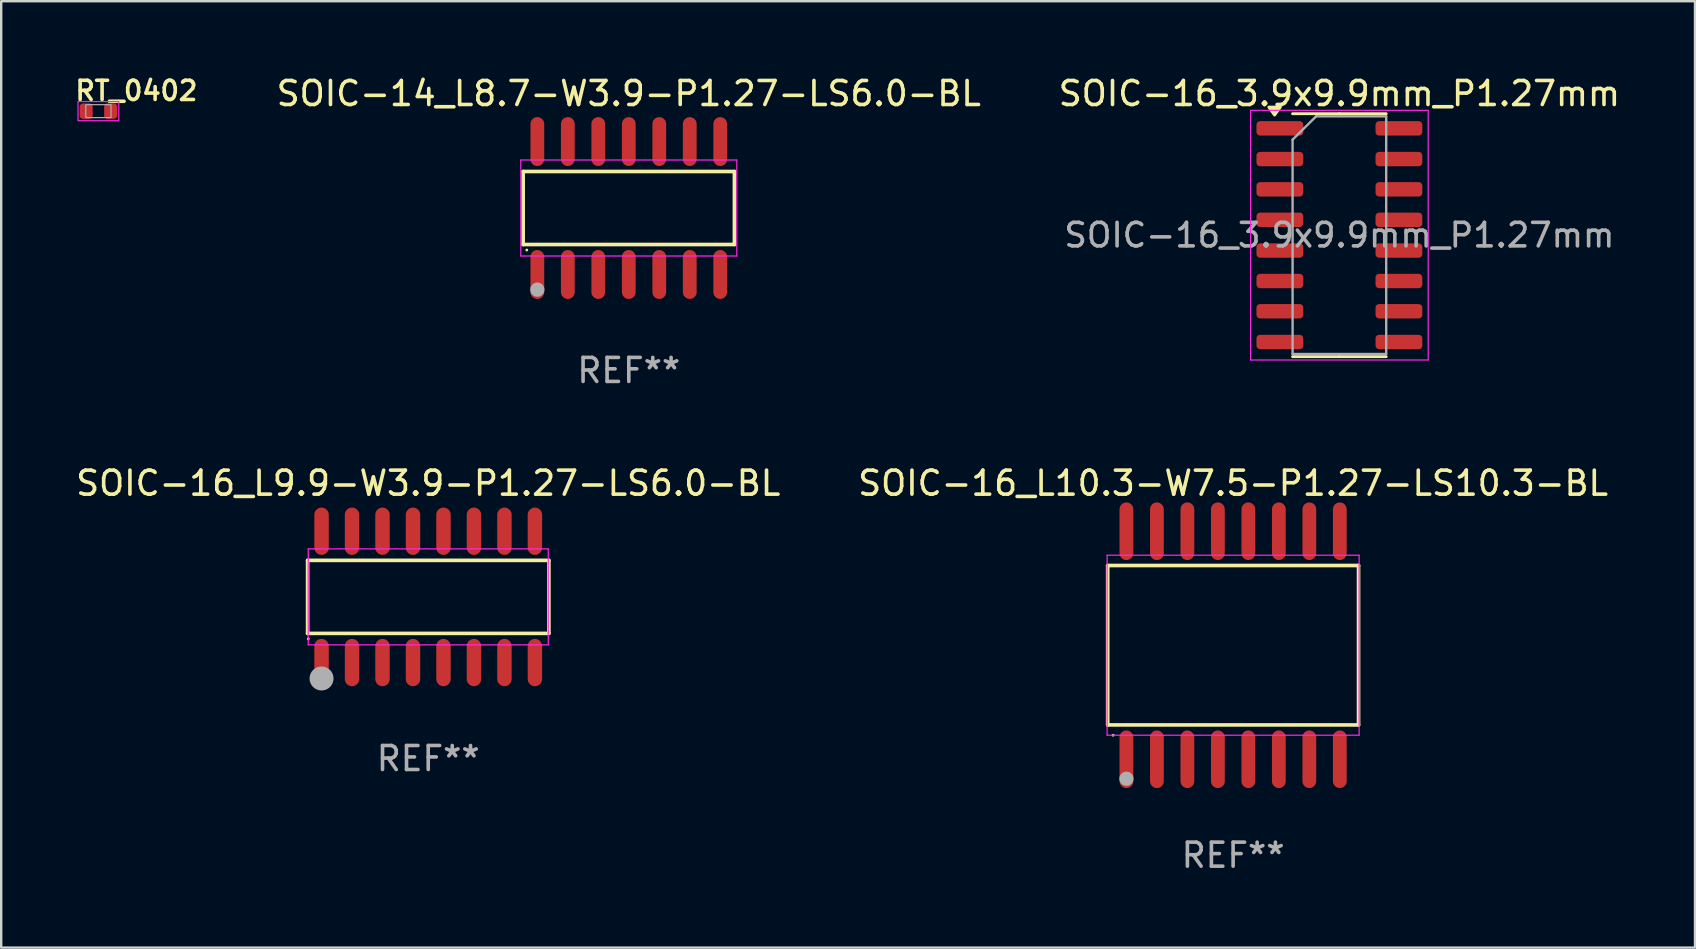
<source format=kicad_pcb>
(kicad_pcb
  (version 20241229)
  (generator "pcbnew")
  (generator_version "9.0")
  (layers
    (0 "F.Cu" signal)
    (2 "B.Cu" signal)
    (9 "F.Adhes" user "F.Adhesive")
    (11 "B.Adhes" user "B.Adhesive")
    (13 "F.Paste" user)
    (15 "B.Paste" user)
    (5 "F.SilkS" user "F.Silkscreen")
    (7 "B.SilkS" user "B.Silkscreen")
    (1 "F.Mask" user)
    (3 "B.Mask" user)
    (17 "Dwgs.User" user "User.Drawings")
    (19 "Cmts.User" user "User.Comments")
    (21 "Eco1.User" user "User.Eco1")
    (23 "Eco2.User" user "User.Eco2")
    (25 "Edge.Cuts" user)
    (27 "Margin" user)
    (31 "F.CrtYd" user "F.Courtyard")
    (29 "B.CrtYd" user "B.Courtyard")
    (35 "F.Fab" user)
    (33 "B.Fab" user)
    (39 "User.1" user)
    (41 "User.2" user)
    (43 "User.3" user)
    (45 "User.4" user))
  (footprint "SOIC-16_3.9x9.9mm_P1.27mm"
    (layer "F.Cu")
    (at 52.755 6.748)
    (property "Reference" "SOIC-16_3.9x9.9mm_P1.27mm" (at 0 -5.9 0) (layer "F.SilkS") (effects (font (size 1 1) (thickness 0.15))))
    (attr smd)
    (fp_line (start 0 -5.06) (end -1.95 -5.06) (stroke (width 0.12) (type solid)) (layer "F.SilkS"))
    (fp_line (start 0 -5.06) (end 1.95 -5.06) (stroke (width 0.12) (type solid)) (layer "F.SilkS"))
    (fp_line (start 0 5.06) (end -1.95 5.06) (stroke (width 0.12) (type solid)) (layer "F.SilkS"))
    (fp_line (start 0 5.06) (end 1.95 5.06) (stroke (width 0.12) (type solid)) (layer "F.SilkS"))
    (fp_poly (pts (xy -2.7 -5.005) (xy -2.94 -5.335) (xy -2.46 -5.335) (xy -2.7 -5.005)) (stroke (width 0.12) (type solid)) (fill yes) (layer "F.SilkS"))
    (fp_line (start -3.7 -5.2) (end -3.7 5.2) (stroke (width 0.05) (type solid)) (layer "F.CrtYd"))
    (fp_line (start -3.7 5.2) (end 3.7 5.2) (stroke (width 0.05) (type solid)) (layer "F.CrtYd"))
    (fp_line (start 3.7 -5.2) (end -3.7 -5.2) (stroke (width 0.05) (type solid)) (layer "F.CrtYd"))
    (fp_line (start 3.7 5.2) (end 3.7 -5.2) (stroke (width 0.05) (type solid)) (layer "F.CrtYd"))
    (fp_line (start -1.95 -3.98) (end -0.97 -4.95) (stroke (width 0.1) (type solid)) (layer "F.Fab"))
    (fp_line (start -1.95 4.95) (end -1.95 -3.98) (stroke (width 0.1) (type solid)) (layer "F.Fab"))
    (fp_line (start -0.97 -4.95) (end 1.95 -4.95) (stroke (width 0.1) (type solid)) (layer "F.Fab"))
    (fp_line (start 1.95 -4.95) (end 1.95 4.95) (stroke (width 0.1) (type solid)) (layer "F.Fab"))
    (fp_line (start 1.95 4.95) (end -1.95 4.95) (stroke (width 0.1) (type solid)) (layer "F.Fab"))
    (fp_text user "${REFERENCE}" (at 0 0 0) (layer "F.Fab") (effects (font (size 0.98 0.98) (thickness 0.15))))
    (pad "1" smd roundrect (at -2.48 -4.45) (size 1.95 0.6) (layers "F.Cu" "F.Mask" "F.Paste") (roundrect_rratio 0.25))
    (pad "2" smd roundrect (at -2.48 -3.17) (size 1.95 0.6) (layers "F.Cu" "F.Mask" "F.Paste") (roundrect_rratio 0.25))
    (pad "3" smd roundrect (at -2.48 -1.91) (size 1.95 0.6) (layers "F.Cu" "F.Mask" "F.Paste") (roundrect_rratio 0.25))
    (pad "4" smd roundrect (at -2.48 -0.64) (size 1.95 0.6) (layers "F.Cu" "F.Mask" "F.Paste") (roundrect_rratio 0.25))
    (pad "5" smd roundrect (at -2.48 0.64) (size 1.95 0.6) (layers "F.Cu" "F.Mask" "F.Paste") (roundrect_rratio 0.25))
    (pad "6" smd roundrect (at -2.48 1.91) (size 1.95 0.6) (layers "F.Cu" "F.Mask" "F.Paste") (roundrect_rratio 0.25))
    (pad "7" smd roundrect (at -2.48 3.17) (size 1.95 0.6) (layers "F.Cu" "F.Mask" "F.Paste") (roundrect_rratio 0.25))
    (pad "8" smd roundrect (at -2.48 4.45) (size 1.95 0.6) (layers "F.Cu" "F.Mask" "F.Paste") (roundrect_rratio 0.25))
    (pad "9" smd roundrect (at 2.48 4.45) (size 1.95 0.6) (layers "F.Cu" "F.Mask" "F.Paste") (roundrect_rratio 0.25))
    (pad "10" smd roundrect (at 2.48 3.17) (size 1.95 0.6) (layers "F.Cu" "F.Mask" "F.Paste") (roundrect_rratio 0.25))
    (pad "11" smd roundrect (at 2.48 1.91) (size 1.95 0.6) (layers "F.Cu" "F.Mask" "F.Paste") (roundrect_rratio 0.25))
    (pad "12" smd roundrect (at 2.48 0.64) (size 1.95 0.6) (layers "F.Cu" "F.Mask" "F.Paste") (roundrect_rratio 0.25))
    (pad "13" smd roundrect (at 2.48 -0.64) (size 1.95 0.6) (layers "F.Cu" "F.Mask" "F.Paste") (roundrect_rratio 0.25))
    (pad "14" smd roundrect (at 2.48 -1.91) (size 1.95 0.6) (layers "F.Cu" "F.Mask" "F.Paste") (roundrect_rratio 0.25))
    (pad "15" smd roundrect (at 2.48 -3.17) (size 1.95 0.6) (layers "F.Cu" "F.Mask" "F.Paste") (roundrect_rratio 0.25))
    (pad "16" smd roundrect (at 2.48 -4.45) (size 1.95 0.6) (layers "F.Cu" "F.Mask" "F.Paste") (roundrect_rratio 0.25)))
  (footprint "SOIC-16_L9.9-W3.9-P1.27-LS6.0-BL"
    (layer "F.Cu")
    (at 14.792 21.819)
    (property "Reference" "SOIC-16_L9.9-W3.9-P1.27-LS6.0-BL" (at 0 -4.736 0) (layer "F.SilkS") (effects (font (size 1 1) (thickness 0.15))))
    (attr smd)
    (fp_line (start -5.026 -1.521) (end 5.026 -1.521) (stroke (width 0.152) (type solid)) (layer "F.SilkS"))
    (fp_line (start -5.026 1.521) (end -5.026 -1.521) (stroke (width 0.152) (type solid)) (layer "F.SilkS"))
    (fp_line (start 5.026 -1.521) (end 5.026 1.521) (stroke (width 0.152) (type solid)) (layer "F.SilkS"))
    (fp_line (start 5.026 1.521) (end -5.026 1.521) (stroke (width 0.152) (type solid)) (layer "F.SilkS"))
    (fp_circle (center -5 1.75) (end -4.97 1.75) (stroke (width 0.06) (type solid)) (fill no) (layer "F.SilkS"))
    (fp_line (start -5 -2) (end 5 -2) (stroke (width 0.05) (type default)) (layer "F.CrtYd"))
    (fp_line (start -5 2) (end -5 -2) (stroke (width 0.05) (type default)) (layer "F.CrtYd"))
    (fp_line (start 5 -2) (end 5 2) (stroke (width 0.05) (type default)) (layer "F.CrtYd"))
    (fp_line (start 5 2) (end -5 2) (stroke (width 0.05) (type default)) (layer "F.CrtYd"))
    (fp_circle (center -4.445 3.4) (end -4.195 3.4) (stroke (width 0.5) (type solid)) (fill no) (layer "F.Fab"))
    (fp_text user "REF**" (at 0 6.736 0) (layer "F.Fab") (effects (font (size 1 1) (thickness 0.15))))
    (pad "1" smd oval (at -4.445 2.736) (size 0.602 1.971) (layers "F.Cu" "F.Mask" "F.Paste"))
    (pad "2" smd oval (at -3.175 2.736) (size 0.602 1.971) (layers "F.Cu" "F.Mask" "F.Paste"))
    (pad "3" smd oval (at -1.905 2.736) (size 0.602 1.971) (layers "F.Cu" "F.Mask" "F.Paste"))
    (pad "4" smd oval (at -0.635 2.736) (size 0.602 1.971) (layers "F.Cu" "F.Mask" "F.Paste"))
    (pad "5" smd oval (at 0.635 2.736) (size 0.602 1.971) (layers "F.Cu" "F.Mask" "F.Paste"))
    (pad "6" smd oval (at 1.905 2.736) (size 0.602 1.971) (layers "F.Cu" "F.Mask" "F.Paste"))
    (pad "7" smd oval (at 3.175 2.736) (size 0.602 1.971) (layers "F.Cu" "F.Mask" "F.Paste"))
    (pad "8" smd oval (at 4.445 2.736) (size 0.602 1.971) (layers "F.Cu" "F.Mask" "F.Paste"))
    (pad "9" smd oval (at 4.445 -2.736) (size 0.602 1.971) (layers "F.Cu" "F.Mask" "F.Paste"))
    (pad "10" smd oval (at 3.175 -2.736) (size 0.602 1.971) (layers "F.Cu" "F.Mask" "F.Paste"))
    (pad "11" smd oval (at 1.905 -2.736) (size 0.602 1.971) (layers "F.Cu" "F.Mask" "F.Paste"))
    (pad "12" smd oval (at 0.635 -2.736) (size 0.602 1.971) (layers "F.Cu" "F.Mask" "F.Paste"))
    (pad "13" smd oval (at -0.635 -2.736) (size 0.602 1.971) (layers "F.Cu" "F.Mask" "F.Paste"))
    (pad "14" smd oval (at -1.905 -2.736) (size 0.602 1.971) (layers "F.Cu" "F.Mask" "F.Paste"))
    (pad "15" smd oval (at -3.175 -2.736) (size 0.602 1.971) (layers "F.Cu" "F.Mask" "F.Paste"))
    (pad "16" smd oval (at -4.445 -2.736) (size 0.602 1.971) (layers "F.Cu" "F.Mask" "F.Paste")))
  (footprint "SOIC-14_L8.7-W3.9-P1.27-LS6.0-BL"
    (layer "F.Cu")
    (at 23.148 5.617)
    (property "Reference" "SOIC-14_L8.7-W3.9-P1.27-LS6.0-BL" (at 0 -4.769 0) (layer "F.SilkS") (effects (font (size 1 1) (thickness 0.15))))
    (attr smd)
    (fp_line (start -4.401 -1.521) (end 4.401 -1.521) (stroke (width 0.152) (type solid)) (layer "F.SilkS"))
    (fp_line (start -4.401 1.521) (end -4.401 -1.521) (stroke (width 0.152) (type solid)) (layer "F.SilkS"))
    (fp_line (start 4.401 -1.521) (end 4.401 1.521) (stroke (width 0.152) (type solid)) (layer "F.SilkS"))
    (fp_line (start 4.401 1.521) (end -4.401 1.521) (stroke (width 0.152) (type solid)) (layer "F.SilkS"))
    (fp_circle (center -4.25 1.75) (end -4.22 1.75) (stroke (width 0.06) (type solid)) (fill no) (layer "F.SilkS"))
    (fp_line (start -4.5 -2) (end -4.5 2) (stroke (width 0.05) (type default)) (layer "F.CrtYd"))
    (fp_line (start -4.5 2) (end 4.5 2) (stroke (width 0.05) (type default)) (layer "F.CrtYd"))
    (fp_line (start 4.5 -2) (end -4.5 -2) (stroke (width 0.05) (type default)) (layer "F.CrtYd"))
    (fp_line (start 4.5 2) (end 4.5 -2) (stroke (width 0.05) (type default)) (layer "F.CrtYd"))
    (fp_circle (center -3.81 3.4) (end -3.66 3.4) (stroke (width 0.3) (type solid)) (fill no) (layer "F.Fab"))
    (fp_text user "REF**" (at 0 6.769 0) (layer "F.Fab") (effects (font (size 1 1) (thickness 0.15))))
    (pad "1" smd oval (at -3.81 2.769) (size 0.574 2.038) (layers "F.Cu" "F.Mask" "F.Paste"))
    (pad "2" smd oval (at -2.54 2.769) (size 0.574 2.038) (layers "F.Cu" "F.Mask" "F.Paste"))
    (pad "3" smd oval (at -1.27 2.769) (size 0.574 2.038) (layers "F.Cu" "F.Mask" "F.Paste"))
    (pad "4" smd oval (at 0 2.769) (size 0.574 2.038) (layers "F.Cu" "F.Mask" "F.Paste"))
    (pad "5" smd oval (at 1.27 2.769) (size 0.574 2.038) (layers "F.Cu" "F.Mask" "F.Paste"))
    (pad "6" smd oval (at 2.54 2.769) (size 0.574 2.038) (layers "F.Cu" "F.Mask" "F.Paste"))
    (pad "7" smd oval (at 3.81 2.769) (size 0.574 2.038) (layers "F.Cu" "F.Mask" "F.Paste"))
    (pad "8" smd oval (at 3.81 -2.769) (size 0.574 2.038) (layers "F.Cu" "F.Mask" "F.Paste"))
    (pad "9" smd oval (at 2.54 -2.769) (size 0.574 2.038) (layers "F.Cu" "F.Mask" "F.Paste"))
    (pad "10" smd oval (at 1.27 -2.769) (size 0.574 2.038) (layers "F.Cu" "F.Mask" "F.Paste"))
    (pad "11" smd oval (at 0 -2.769) (size 0.574 2.038) (layers "F.Cu" "F.Mask" "F.Paste"))
    (pad "12" smd oval (at -1.27 -2.769) (size 0.574 2.038) (layers "F.Cu" "F.Mask" "F.Paste"))
    (pad "13" smd oval (at -2.54 -2.769) (size 0.574 2.038) (layers "F.Cu" "F.Mask" "F.Paste"))
    (pad "14" smd oval (at -3.81 -2.769) (size 0.574 2.038) (layers "F.Cu" "F.Mask" "F.Paste")))
  (footprint "RT_0402"
    (layer "F.Cu")
    (at 1.05 1.581)
    (property "Reference" "RT_0402" (at -1.05 -0.85 0) (layer "F.SilkS") (effects (font (size 0.8 0.8) (thickness 0.15)) (justify left)))
    (fp_rect (start -0.85 -0.4) (end 0.85 0.4) (stroke (width 0.05) (type solid)) (fill no) (layer "F.CrtYd"))
    (fp_rect (start -0.525 -0.27) (end 0.525 0.27) (stroke (width 0.05) (type solid)) (fill no) (layer "F.Fab"))
    (pad "1" smd roundrect (at -0.51 0) (size 0.54 0.64) (layers "F.Cu" "F.Mask" "F.Paste") (roundrect_rratio 0.25))
    (pad "2" smd roundrect (at 0.51 0) (size 0.54 0.64) (layers "F.Cu" "F.Mask" "F.Paste") (roundrect_rratio 0.25)))
  (footprint "SOIC-16_L10.3-W7.5-P1.27-LS10.3-BL"
    (layer "F.Cu")
    (at 48.327 23.833)
    (property "Reference" "SOIC-16_L10.3-W7.5-P1.27-LS10.3-BL" (at 0 -6.75 0) (layer "F.SilkS") (effects (font (size 1 1) (thickness 0.15))))
    (attr smd)
    (fp_line (start -5.226 -3.321) (end 5.226 -3.321) (stroke (width 0.152) (type solid)) (layer "F.SilkS"))
    (fp_line (start -5.226 3.321) (end -5.226 -3.321) (stroke (width 0.152) (type solid)) (layer "F.SilkS"))
    (fp_line (start 5.226 -3.321) (end 5.226 3.321) (stroke (width 0.152) (type solid)) (layer "F.SilkS"))
    (fp_line (start 5.226 3.321) (end -5.226 3.321) (stroke (width 0.152) (type solid)) (layer "F.SilkS"))
    (fp_circle (center -5 3.75) (end -4.97 3.75) (stroke (width 0.06) (type solid)) (fill no) (layer "F.SilkS"))
    (fp_line (start -5.25 -3.75) (end -5.25 3.75) (stroke (width 0.05) (type default)) (layer "F.CrtYd"))
    (fp_line (start -5.25 3.75) (end 5.25 3.75) (stroke (width 0.05) (type default)) (layer "F.CrtYd"))
    (fp_line (start 5.25 -3.75) (end -5.25 -3.75) (stroke (width 0.05) (type default)) (layer "F.CrtYd"))
    (fp_line (start 5.25 3.75) (end 5.25 -3.75) (stroke (width 0.05) (type default)) (layer "F.CrtYd"))
    (fp_circle (center -4.445 5.563) (end -4.295 5.563) (stroke (width 0.3) (type solid)) (fill no) (layer "F.Fab"))
    (fp_text user "REF**" (at 0 8.75 0) (layer "F.Fab") (effects (font (size 1 1) (thickness 0.15))))
    (pad "1" smd oval (at -4.445 4.75) (size 0.574 2.401) (layers "F.Cu" "F.Mask" "F.Paste"))
    (pad "2" smd oval (at -3.175 4.75) (size 0.574 2.401) (layers "F.Cu" "F.Mask" "F.Paste"))
    (pad "3" smd oval (at -1.905 4.75) (size 0.574 2.401) (layers "F.Cu" "F.Mask" "F.Paste"))
    (pad "4" smd oval (at -0.635 4.75) (size 0.574 2.401) (layers "F.Cu" "F.Mask" "F.Paste"))
    (pad "5" smd oval (at 0.635 4.75) (size 0.574 2.401) (layers "F.Cu" "F.Mask" "F.Paste"))
    (pad "6" smd oval (at 1.905 4.75) (size 0.574 2.401) (layers "F.Cu" "F.Mask" "F.Paste"))
    (pad "7" smd oval (at 3.175 4.75) (size 0.574 2.401) (layers "F.Cu" "F.Mask" "F.Paste"))
    (pad "8" smd oval (at 4.445 4.75) (size 0.574 2.401) (layers "F.Cu" "F.Mask" "F.Paste"))
    (pad "9" smd oval (at 4.445 -4.75) (size 0.574 2.401) (layers "F.Cu" "F.Mask" "F.Paste"))
    (pad "10" smd oval (at 3.175 -4.75) (size 0.574 2.401) (layers "F.Cu" "F.Mask" "F.Paste"))
    (pad "11" smd oval (at 1.905 -4.75) (size 0.574 2.401) (layers "F.Cu" "F.Mask" "F.Paste"))
    (pad "12" smd oval (at 0.635 -4.75) (size 0.574 2.401) (layers "F.Cu" "F.Mask" "F.Paste"))
    (pad "13" smd oval (at -0.635 -4.75) (size 0.574 2.401) (layers "F.Cu" "F.Mask" "F.Paste"))
    (pad "14" smd oval (at -1.905 -4.75) (size 0.574 2.401) (layers "F.Cu" "F.Mask" "F.Paste"))
    (pad "15" smd oval (at -3.175 -4.75) (size 0.574 2.401) (layers "F.Cu" "F.Mask" "F.Paste"))
    (pad "16" smd oval (at -4.445 -4.75) (size 0.574 2.401) (layers "F.Cu" "F.Mask" "F.Paste")))
  (gr_rect
    (start -3 -3)
    (end 67.571 36.432)
    (stroke (width 0.1) (type default))
    (fill no)
    (layer "Edge.Cuts")))
</source>
